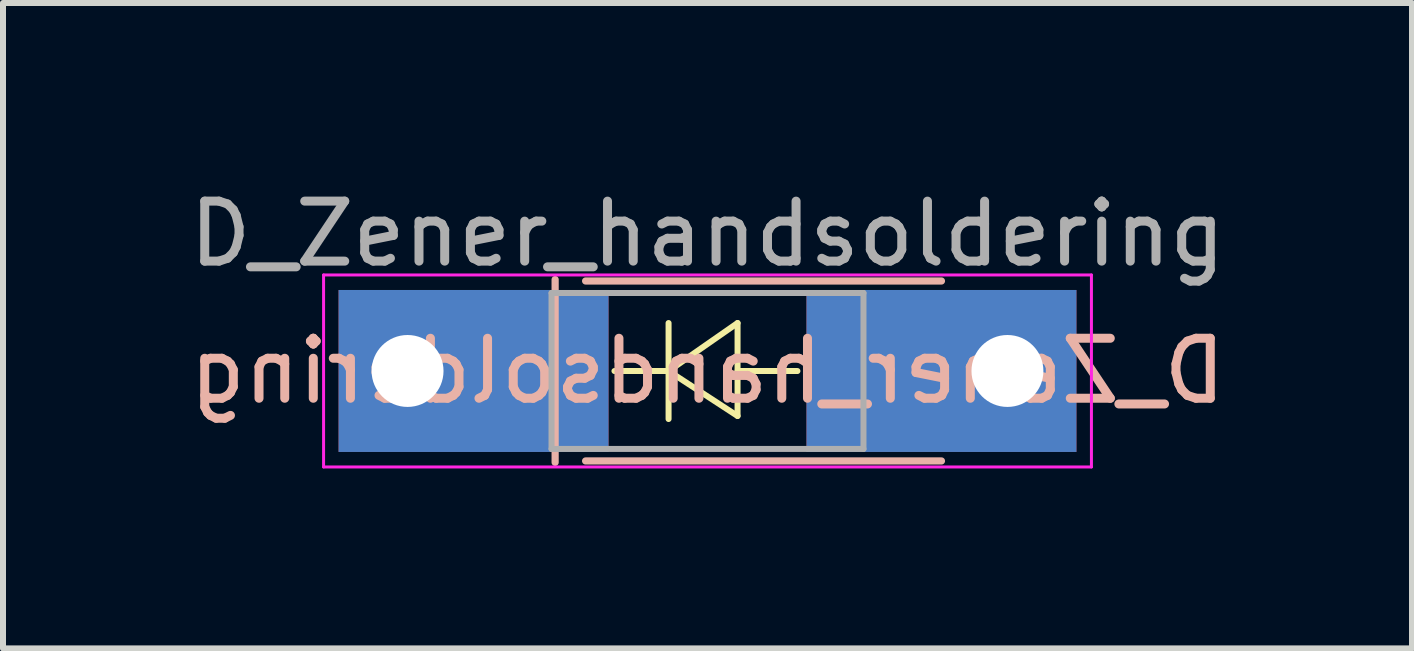
<source format=kicad_pcb>
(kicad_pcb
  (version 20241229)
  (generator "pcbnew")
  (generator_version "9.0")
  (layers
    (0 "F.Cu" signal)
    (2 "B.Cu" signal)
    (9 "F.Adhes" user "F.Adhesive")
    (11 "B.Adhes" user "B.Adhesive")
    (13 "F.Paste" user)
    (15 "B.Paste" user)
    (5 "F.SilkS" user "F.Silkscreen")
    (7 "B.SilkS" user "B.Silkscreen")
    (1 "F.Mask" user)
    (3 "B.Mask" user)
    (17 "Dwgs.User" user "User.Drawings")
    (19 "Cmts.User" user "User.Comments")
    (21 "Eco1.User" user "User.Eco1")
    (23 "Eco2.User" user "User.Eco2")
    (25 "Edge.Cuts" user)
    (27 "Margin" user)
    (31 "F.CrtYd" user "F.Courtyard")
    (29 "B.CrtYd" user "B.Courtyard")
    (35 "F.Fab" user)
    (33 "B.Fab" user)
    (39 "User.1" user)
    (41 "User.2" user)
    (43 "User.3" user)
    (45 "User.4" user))
  (footprint "D_Zener_handsoldering"
    (layer "F.Cu")
    (at 8.744 3.134)
    (property "Reference" "D_Zener_handsoldering" (at 0 0 0) (layer "B.SilkS") (effects (font (size 1 1) (thickness 0.15)) (justify mirror)))
    (attr through_hole)
    (fp_line (start -0.649 -0.799) (end -0.649 0.801) (stroke (width 0.1) (type solid)) (layer "F.SilkS"))
    (fp_line (start -0.649 0.001) (end -1.551 0.001) (stroke (width 0.1) (type solid)) (layer "F.SilkS"))
    (fp_line (start -0.649 0.001) (end 0.501 -0.799) (stroke (width 0.1) (type solid)) (layer "F.SilkS"))
    (fp_line (start -0.649 0.001) (end 0.501 0.75) (stroke (width 0.1) (type solid)) (layer "F.SilkS"))
    (fp_line (start 0.501 0.001) (end 1.499 0.001) (stroke (width 0.1) (type solid)) (layer "F.SilkS"))
    (fp_line (start 0.501 0.75) (end 0.501 -0.799) (stroke (width 0.1) (type solid)) (layer "F.SilkS"))
    (fp_line (start -2.54 -1.524) (end -2.54 1.524) (stroke (width 0.12) (type solid)) (layer "B.SilkS"))
    (fp_line (start -2.032 1.5) (end 3.9 1.5) (stroke (width 0.12) (type solid)) (layer "B.SilkS"))
    (fp_line (start 3.9 -1.5) (end -2.032 -1.5) (stroke (width 0.12) (type solid)) (layer "B.SilkS"))
    (fp_line (start -6.4 -1.6) (end 6.4 -1.6) (stroke (width 0.05) (type solid)) (layer "F.CrtYd"))
    (fp_line (start -6.4 1.6) (end -6.4 -1.6) (stroke (width 0.05) (type solid)) (layer "F.CrtYd"))
    (fp_line (start 6.4 -1.6) (end 6.4 1.6) (stroke (width 0.05) (type solid)) (layer "F.CrtYd"))
    (fp_line (start 6.4 1.6) (end -6.4 1.6) (stroke (width 0.05) (type solid)) (layer "F.CrtYd"))
    (fp_line (start -2.6 -1.3) (end -2.6 1.3) (stroke (width 0.1) (type solid)) (layer "F.Fab"))
    (fp_line (start -2.6 1.3) (end 2.6 1.3) (stroke (width 0.1) (type solid)) (layer "F.Fab"))
    (fp_line (start 2.6 -1.3) (end -2.6 -1.3) (stroke (width 0.1) (type solid)) (layer "F.Fab"))
    (fp_line (start 2.6 1.3) (end 2.6 -1.3) (stroke (width 0.1) (type solid)) (layer "F.Fab"))
    (fp_text user "${REFERENCE}" (at 0 -2.286 0) (layer "F.Fab") (effects (font (size 1 1) (thickness 0.15))))
    (pad "1" thru_hole rect (at -5 0) (size 4.5 2.7) (drill 1.199 (offset 1.1 0)) (layers "F.Cu" "F.Mask"))
    (pad "2" thru_hole rect (at 5 0 180) (size 4.5 2.7) (drill 1.199 (offset 1.1 0)) (layers "F.Cu" "F.Mask")))
  (gr_rect
    (start -3 -3)
    (end 20.488 7.759)
    (stroke (width 0.1) (type default))
    (fill no)
    (layer "Edge.Cuts")))
</source>
